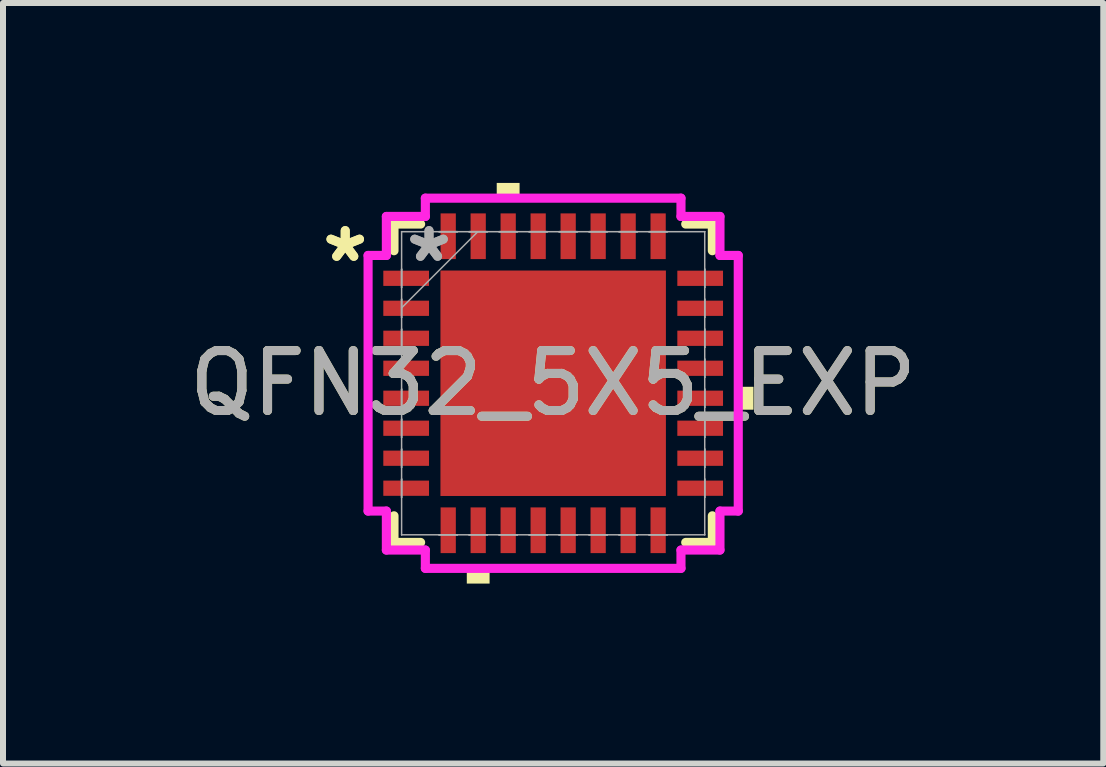
<source format=kicad_pcb>
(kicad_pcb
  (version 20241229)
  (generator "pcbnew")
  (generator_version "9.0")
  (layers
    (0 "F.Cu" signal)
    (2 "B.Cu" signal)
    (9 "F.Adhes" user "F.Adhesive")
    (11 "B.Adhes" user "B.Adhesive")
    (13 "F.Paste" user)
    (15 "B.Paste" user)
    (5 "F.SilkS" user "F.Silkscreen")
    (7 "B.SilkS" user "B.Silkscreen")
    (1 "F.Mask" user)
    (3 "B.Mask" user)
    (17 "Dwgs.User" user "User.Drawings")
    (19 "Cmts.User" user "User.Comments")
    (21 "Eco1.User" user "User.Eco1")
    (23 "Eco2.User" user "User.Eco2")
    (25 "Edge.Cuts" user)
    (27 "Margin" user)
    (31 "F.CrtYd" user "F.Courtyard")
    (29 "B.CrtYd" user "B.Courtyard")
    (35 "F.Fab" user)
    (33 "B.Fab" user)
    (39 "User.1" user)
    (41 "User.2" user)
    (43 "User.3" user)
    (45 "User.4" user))
  (footprint "QFN32_5X5_EXP"
    (layer "F.Cu")
    (at 6.173 3.34)
    (property "Reference" "QFN32_5X5_EXP" (at 0 0 0) (unlocked yes) (layer "F.SilkS") (effects (font (size 1 1) (thickness 0.15))))
    (attr smd)
    (fp_line (start -2.654 -2.654) (end -2.654 -2.21) (stroke (width 0.152) (type solid)) (layer "F.SilkS"))
    (fp_line (start -2.654 2.21) (end -2.654 2.654) (stroke (width 0.152) (type solid)) (layer "F.SilkS"))
    (fp_line (start -2.654 2.654) (end -2.21 2.654) (stroke (width 0.152) (type solid)) (layer "F.SilkS"))
    (fp_line (start -2.21 -2.654) (end -2.654 -2.654) (stroke (width 0.152) (type solid)) (layer "F.SilkS"))
    (fp_line (start 2.21 2.654) (end 2.654 2.654) (stroke (width 0.152) (type solid)) (layer "F.SilkS"))
    (fp_line (start 2.654 -2.654) (end 2.21 -2.654) (stroke (width 0.152) (type solid)) (layer "F.SilkS"))
    (fp_line (start 2.654 -2.21) (end 2.654 -2.654) (stroke (width 0.152) (type solid)) (layer "F.SilkS"))
    (fp_line (start 2.654 2.654) (end 2.654 2.21) (stroke (width 0.152) (type solid)) (layer "F.SilkS"))
    (fp_poly (pts (xy -1.44 3.086) (xy -1.44 3.34) (xy -1.06 3.34) (xy -1.06 3.086)) (stroke (width 0) (type solid)) (fill yes) (layer "F.SilkS"))
    (fp_poly (pts (xy -0.941 -3.086) (xy -0.941 -3.34) (xy -0.56 -3.34) (xy -0.56 -3.086)) (stroke (width 0) (type solid)) (fill yes) (layer "F.SilkS"))
    (fp_poly (pts (xy 3.34 0.059) (xy 3.34 0.441) (xy 3.086 0.441) (xy 3.086 0.059)) (stroke (width 0) (type solid)) (fill yes) (layer "F.SilkS"))
    (fp_poly (pts (xy -1.78 -1.78) (xy -1.78 -0.1) (xy -0.1 -0.1) (xy -0.1 -1.78)) (stroke (width 0) (type solid)) (fill yes) (layer "F.Paste"))
    (fp_poly (pts (xy -1.78 0.1) (xy -1.78 1.78) (xy -0.1 1.78) (xy -0.1 0.1)) (stroke (width 0) (type solid)) (fill yes) (layer "F.Paste"))
    (fp_poly (pts (xy 0.1 -1.78) (xy 0.1 -0.1) (xy 1.78 -0.1) (xy 1.78 -1.78)) (stroke (width 0) (type solid)) (fill yes) (layer "F.Paste"))
    (fp_poly (pts (xy 0.1 0.1) (xy 0.1 1.78) (xy 1.78 1.78) (xy 1.78 0.1)) (stroke (width 0) (type solid)) (fill yes) (layer "F.Paste"))
    (fp_line (start -3.086 -2.131) (end -2.781 -2.131) (stroke (width 0.152) (type solid)) (layer "F.CrtYd"))
    (fp_line (start -3.086 2.131) (end -3.086 -2.131) (stroke (width 0.152) (type solid)) (layer "F.CrtYd"))
    (fp_line (start -2.781 -2.781) (end -2.131 -2.781) (stroke (width 0.152) (type solid)) (layer "F.CrtYd"))
    (fp_line (start -2.781 -2.131) (end -2.781 -2.781) (stroke (width 0.152) (type solid)) (layer "F.CrtYd"))
    (fp_line (start -2.781 2.131) (end -3.086 2.131) (stroke (width 0.152) (type solid)) (layer "F.CrtYd"))
    (fp_line (start -2.781 2.781) (end -2.781 2.131) (stroke (width 0.152) (type solid)) (layer "F.CrtYd"))
    (fp_line (start -2.131 -3.086) (end 2.131 -3.086) (stroke (width 0.152) (type solid)) (layer "F.CrtYd"))
    (fp_line (start -2.131 -2.781) (end -2.131 -3.086) (stroke (width 0.152) (type solid)) (layer "F.CrtYd"))
    (fp_line (start -2.131 2.781) (end -2.781 2.781) (stroke (width 0.152) (type solid)) (layer "F.CrtYd"))
    (fp_line (start -2.131 3.086) (end -2.131 2.781) (stroke (width 0.152) (type solid)) (layer "F.CrtYd"))
    (fp_line (start 2.131 -3.086) (end 2.131 -2.781) (stroke (width 0.152) (type solid)) (layer "F.CrtYd"))
    (fp_line (start 2.131 -2.781) (end 2.781 -2.781) (stroke (width 0.152) (type solid)) (layer "F.CrtYd"))
    (fp_line (start 2.131 2.781) (end 2.131 3.086) (stroke (width 0.152) (type solid)) (layer "F.CrtYd"))
    (fp_line (start 2.131 3.086) (end -2.131 3.086) (stroke (width 0.152) (type solid)) (layer "F.CrtYd"))
    (fp_line (start 2.781 -2.781) (end 2.781 -2.131) (stroke (width 0.152) (type solid)) (layer "F.CrtYd"))
    (fp_line (start 2.781 -2.131) (end 3.086 -2.131) (stroke (width 0.152) (type solid)) (layer "F.CrtYd"))
    (fp_line (start 2.781 2.131) (end 2.781 2.781) (stroke (width 0.152) (type solid)) (layer "F.CrtYd"))
    (fp_line (start 2.781 2.781) (end 2.131 2.781) (stroke (width 0.152) (type solid)) (layer "F.CrtYd"))
    (fp_line (start 3.086 -2.131) (end 3.086 2.131) (stroke (width 0.152) (type solid)) (layer "F.CrtYd"))
    (fp_line (start 3.086 2.131) (end 2.781 2.131) (stroke (width 0.152) (type solid)) (layer "F.CrtYd"))
    (fp_line (start -2.527 -2.527) (end -2.527 -2.527) (stroke (width 0.025) (type solid)) (layer "F.Fab"))
    (fp_line (start -2.527 -2.527) (end -2.527 2.527) (stroke (width 0.025) (type solid)) (layer "F.Fab"))
    (fp_line (start -2.527 -1.902) (end -2.527 -1.902) (stroke (width 0.025) (type solid)) (layer "F.Fab"))
    (fp_line (start -2.527 -1.902) (end -2.527 -1.598) (stroke (width 0.025) (type solid)) (layer "F.Fab"))
    (fp_line (start -2.527 -1.598) (end -2.527 -1.902) (stroke (width 0.025) (type solid)) (layer "F.Fab"))
    (fp_line (start -2.527 -1.598) (end -2.527 -1.598) (stroke (width 0.025) (type solid)) (layer "F.Fab"))
    (fp_line (start -2.527 -1.402) (end -2.527 -1.402) (stroke (width 0.025) (type solid)) (layer "F.Fab"))
    (fp_line (start -2.527 -1.402) (end -2.527 -1.098) (stroke (width 0.025) (type solid)) (layer "F.Fab"))
    (fp_line (start -2.527 -1.257) (end -1.257 -2.527) (stroke (width 0.025) (type solid)) (layer "F.Fab"))
    (fp_line (start -2.527 -1.098) (end -2.527 -1.402) (stroke (width 0.025) (type solid)) (layer "F.Fab"))
    (fp_line (start -2.527 -1.098) (end -2.527 -1.098) (stroke (width 0.025) (type solid)) (layer "F.Fab"))
    (fp_line (start -2.527 -0.902) (end -2.527 -0.902) (stroke (width 0.025) (type solid)) (layer "F.Fab"))
    (fp_line (start -2.527 -0.902) (end -2.527 -0.598) (stroke (width 0.025) (type solid)) (layer "F.Fab"))
    (fp_line (start -2.527 -0.598) (end -2.527 -0.902) (stroke (width 0.025) (type solid)) (layer "F.Fab"))
    (fp_line (start -2.527 -0.598) (end -2.527 -0.598) (stroke (width 0.025) (type solid)) (layer "F.Fab"))
    (fp_line (start -2.527 -0.402) (end -2.527 -0.402) (stroke (width 0.025) (type solid)) (layer "F.Fab"))
    (fp_line (start -2.527 -0.402) (end -2.527 -0.098) (stroke (width 0.025) (type solid)) (layer "F.Fab"))
    (fp_line (start -2.527 -0.098) (end -2.527 -0.402) (stroke (width 0.025) (type solid)) (layer "F.Fab"))
    (fp_line (start -2.527 -0.098) (end -2.527 -0.098) (stroke (width 0.025) (type solid)) (layer "F.Fab"))
    (fp_line (start -2.527 0.098) (end -2.527 0.098) (stroke (width 0.025) (type solid)) (layer "F.Fab"))
    (fp_line (start -2.527 0.098) (end -2.527 0.402) (stroke (width 0.025) (type solid)) (layer "F.Fab"))
    (fp_line (start -2.527 0.402) (end -2.527 0.098) (stroke (width 0.025) (type solid)) (layer "F.Fab"))
    (fp_line (start -2.527 0.402) (end -2.527 0.402) (stroke (width 0.025) (type solid)) (layer "F.Fab"))
    (fp_line (start -2.527 0.598) (end -2.527 0.598) (stroke (width 0.025) (type solid)) (layer "F.Fab"))
    (fp_line (start -2.527 0.598) (end -2.527 0.902) (stroke (width 0.025) (type solid)) (layer "F.Fab"))
    (fp_line (start -2.527 0.902) (end -2.527 0.598) (stroke (width 0.025) (type solid)) (layer "F.Fab"))
    (fp_line (start -2.527 0.902) (end -2.527 0.902) (stroke (width 0.025) (type solid)) (layer "F.Fab"))
    (fp_line (start -2.527 1.098) (end -2.527 1.098) (stroke (width 0.025) (type solid)) (layer "F.Fab"))
    (fp_line (start -2.527 1.098) (end -2.527 1.402) (stroke (width 0.025) (type solid)) (layer "F.Fab"))
    (fp_line (start -2.527 1.402) (end -2.527 1.098) (stroke (width 0.025) (type solid)) (layer "F.Fab"))
    (fp_line (start -2.527 1.402) (end -2.527 1.402) (stroke (width 0.025) (type solid)) (layer "F.Fab"))
    (fp_line (start -2.527 1.598) (end -2.527 1.598) (stroke (width 0.025) (type solid)) (layer "F.Fab"))
    (fp_line (start -2.527 1.598) (end -2.527 1.902) (stroke (width 0.025) (type solid)) (layer "F.Fab"))
    (fp_line (start -2.527 1.902) (end -2.527 1.598) (stroke (width 0.025) (type solid)) (layer "F.Fab"))
    (fp_line (start -2.527 1.902) (end -2.527 1.902) (stroke (width 0.025) (type solid)) (layer "F.Fab"))
    (fp_line (start -2.527 2.527) (end -2.527 2.527) (stroke (width 0.025) (type solid)) (layer "F.Fab"))
    (fp_line (start -2.527 2.527) (end 2.527 2.527) (stroke (width 0.025) (type solid)) (layer "F.Fab"))
    (fp_line (start -1.902 -2.527) (end -1.902 -2.527) (stroke (width 0.025) (type solid)) (layer "F.Fab"))
    (fp_line (start -1.902 -2.527) (end -1.598 -2.527) (stroke (width 0.025) (type solid)) (layer "F.Fab"))
    (fp_line (start -1.902 2.527) (end -1.902 2.527) (stroke (width 0.025) (type solid)) (layer "F.Fab"))
    (fp_line (start -1.902 2.527) (end -1.598 2.527) (stroke (width 0.025) (type solid)) (layer "F.Fab"))
    (fp_line (start -1.598 -2.527) (end -1.902 -2.527) (stroke (width 0.025) (type solid)) (layer "F.Fab"))
    (fp_line (start -1.598 -2.527) (end -1.598 -2.527) (stroke (width 0.025) (type solid)) (layer "F.Fab"))
    (fp_line (start -1.598 2.527) (end -1.902 2.527) (stroke (width 0.025) (type solid)) (layer "F.Fab"))
    (fp_line (start -1.598 2.527) (end -1.598 2.527) (stroke (width 0.025) (type solid)) (layer "F.Fab"))
    (fp_line (start -1.402 -2.527) (end -1.402 -2.527) (stroke (width 0.025) (type solid)) (layer "F.Fab"))
    (fp_line (start -1.402 -2.527) (end -1.098 -2.527) (stroke (width 0.025) (type solid)) (layer "F.Fab"))
    (fp_line (start -1.402 2.527) (end -1.402 2.527) (stroke (width 0.025) (type solid)) (layer "F.Fab"))
    (fp_line (start -1.402 2.527) (end -1.098 2.527) (stroke (width 0.025) (type solid)) (layer "F.Fab"))
    (fp_line (start -1.098 -2.527) (end -1.402 -2.527) (stroke (width 0.025) (type solid)) (layer "F.Fab"))
    (fp_line (start -1.098 -2.527) (end -1.098 -2.527) (stroke (width 0.025) (type solid)) (layer "F.Fab"))
    (fp_line (start -1.098 2.527) (end -1.402 2.527) (stroke (width 0.025) (type solid)) (layer "F.Fab"))
    (fp_line (start -1.098 2.527) (end -1.098 2.527) (stroke (width 0.025) (type solid)) (layer "F.Fab"))
    (fp_line (start -0.902 -2.527) (end -0.902 -2.527) (stroke (width 0.025) (type solid)) (layer "F.Fab"))
    (fp_line (start -0.902 -2.527) (end -0.598 -2.527) (stroke (width 0.025) (type solid)) (layer "F.Fab"))
    (fp_line (start -0.902 2.527) (end -0.902 2.527) (stroke (width 0.025) (type solid)) (layer "F.Fab"))
    (fp_line (start -0.902 2.527) (end -0.598 2.527) (stroke (width 0.025) (type solid)) (layer "F.Fab"))
    (fp_line (start -0.598 -2.527) (end -0.902 -2.527) (stroke (width 0.025) (type solid)) (layer "F.Fab"))
    (fp_line (start -0.598 -2.527) (end -0.598 -2.527) (stroke (width 0.025) (type solid)) (layer "F.Fab"))
    (fp_line (start -0.598 2.527) (end -0.902 2.527) (stroke (width 0.025) (type solid)) (layer "F.Fab"))
    (fp_line (start -0.598 2.527) (end -0.598 2.527) (stroke (width 0.025) (type solid)) (layer "F.Fab"))
    (fp_line (start -0.402 -2.527) (end -0.402 -2.527) (stroke (width 0.025) (type solid)) (layer "F.Fab"))
    (fp_line (start -0.402 -2.527) (end -0.098 -2.527) (stroke (width 0.025) (type solid)) (layer "F.Fab"))
    (fp_line (start -0.402 2.527) (end -0.402 2.527) (stroke (width 0.025) (type solid)) (layer "F.Fab"))
    (fp_line (start -0.402 2.527) (end -0.098 2.527) (stroke (width 0.025) (type solid)) (layer "F.Fab"))
    (fp_line (start -0.098 -2.527) (end -0.402 -2.527) (stroke (width 0.025) (type solid)) (layer "F.Fab"))
    (fp_line (start -0.098 -2.527) (end -0.098 -2.527) (stroke (width 0.025) (type solid)) (layer "F.Fab"))
    (fp_line (start -0.098 2.527) (end -0.402 2.527) (stroke (width 0.025) (type solid)) (layer "F.Fab"))
    (fp_line (start -0.098 2.527) (end -0.098 2.527) (stroke (width 0.025) (type solid)) (layer "F.Fab"))
    (fp_line (start 0.098 -2.527) (end 0.098 -2.527) (stroke (width 0.025) (type solid)) (layer "F.Fab"))
    (fp_line (start 0.098 -2.527) (end 0.402 -2.527) (stroke (width 0.025) (type solid)) (layer "F.Fab"))
    (fp_line (start 0.098 2.527) (end 0.098 2.527) (stroke (width 0.025) (type solid)) (layer "F.Fab"))
    (fp_line (start 0.098 2.527) (end 0.402 2.527) (stroke (width 0.025) (type solid)) (layer "F.Fab"))
    (fp_line (start 0.402 -2.527) (end 0.098 -2.527) (stroke (width 0.025) (type solid)) (layer "F.Fab"))
    (fp_line (start 0.402 -2.527) (end 0.402 -2.527) (stroke (width 0.025) (type solid)) (layer "F.Fab"))
    (fp_line (start 0.402 2.527) (end 0.098 2.527) (stroke (width 0.025) (type solid)) (layer "F.Fab"))
    (fp_line (start 0.402 2.527) (end 0.402 2.527) (stroke (width 0.025) (type solid)) (layer "F.Fab"))
    (fp_line (start 0.598 -2.527) (end 0.598 -2.527) (stroke (width 0.025) (type solid)) (layer "F.Fab"))
    (fp_line (start 0.598 -2.527) (end 0.902 -2.527) (stroke (width 0.025) (type solid)) (layer "F.Fab"))
    (fp_line (start 0.598 2.527) (end 0.598 2.527) (stroke (width 0.025) (type solid)) (layer "F.Fab"))
    (fp_line (start 0.598 2.527) (end 0.902 2.527) (stroke (width 0.025) (type solid)) (layer "F.Fab"))
    (fp_line (start 0.902 -2.527) (end 0.598 -2.527) (stroke (width 0.025) (type solid)) (layer "F.Fab"))
    (fp_line (start 0.902 -2.527) (end 0.902 -2.527) (stroke (width 0.025) (type solid)) (layer "F.Fab"))
    (fp_line (start 0.902 2.527) (end 0.598 2.527) (stroke (width 0.025) (type solid)) (layer "F.Fab"))
    (fp_line (start 0.902 2.527) (end 0.902 2.527) (stroke (width 0.025) (type solid)) (layer "F.Fab"))
    (fp_line (start 1.098 -2.527) (end 1.098 -2.527) (stroke (width 0.025) (type solid)) (layer "F.Fab"))
    (fp_line (start 1.098 -2.527) (end 1.402 -2.527) (stroke (width 0.025) (type solid)) (layer "F.Fab"))
    (fp_line (start 1.098 2.527) (end 1.098 2.527) (stroke (width 0.025) (type solid)) (layer "F.Fab"))
    (fp_line (start 1.098 2.527) (end 1.402 2.527) (stroke (width 0.025) (type solid)) (layer "F.Fab"))
    (fp_line (start 1.402 -2.527) (end 1.098 -2.527) (stroke (width 0.025) (type solid)) (layer "F.Fab"))
    (fp_line (start 1.402 -2.527) (end 1.402 -2.527) (stroke (width 0.025) (type solid)) (layer "F.Fab"))
    (fp_line (start 1.402 2.527) (end 1.098 2.527) (stroke (width 0.025) (type solid)) (layer "F.Fab"))
    (fp_line (start 1.402 2.527) (end 1.402 2.527) (stroke (width 0.025) (type solid)) (layer "F.Fab"))
    (fp_line (start 1.598 -2.527) (end 1.598 -2.527) (stroke (width 0.025) (type solid)) (layer "F.Fab"))
    (fp_line (start 1.598 -2.527) (end 1.902 -2.527) (stroke (width 0.025) (type solid)) (layer "F.Fab"))
    (fp_line (start 1.598 2.527) (end 1.598 2.527) (stroke (width 0.025) (type solid)) (layer "F.Fab"))
    (fp_line (start 1.598 2.527) (end 1.902 2.527) (stroke (width 0.025) (type solid)) (layer "F.Fab"))
    (fp_line (start 1.902 -2.527) (end 1.598 -2.527) (stroke (width 0.025) (type solid)) (layer "F.Fab"))
    (fp_line (start 1.902 -2.527) (end 1.902 -2.527) (stroke (width 0.025) (type solid)) (layer "F.Fab"))
    (fp_line (start 1.902 2.527) (end 1.598 2.527) (stroke (width 0.025) (type solid)) (layer "F.Fab"))
    (fp_line (start 1.902 2.527) (end 1.902 2.527) (stroke (width 0.025) (type solid)) (layer "F.Fab"))
    (fp_line (start 2.527 -2.527) (end -2.527 -2.527) (stroke (width 0.025) (type solid)) (layer "F.Fab"))
    (fp_line (start 2.527 -2.527) (end 2.527 -2.527) (stroke (width 0.025) (type solid)) (layer "F.Fab"))
    (fp_line (start 2.527 -1.902) (end 2.527 -1.902) (stroke (width 0.025) (type solid)) (layer "F.Fab"))
    (fp_line (start 2.527 -1.902) (end 2.527 -1.598) (stroke (width 0.025) (type solid)) (layer "F.Fab"))
    (fp_line (start 2.527 -1.598) (end 2.527 -1.902) (stroke (width 0.025) (type solid)) (layer "F.Fab"))
    (fp_line (start 2.527 -1.598) (end 2.527 -1.598) (stroke (width 0.025) (type solid)) (layer "F.Fab"))
    (fp_line (start 2.527 -1.402) (end 2.527 -1.402) (stroke (width 0.025) (type solid)) (layer "F.Fab"))
    (fp_line (start 2.527 -1.402) (end 2.527 -1.098) (stroke (width 0.025) (type solid)) (layer "F.Fab"))
    (fp_line (start 2.527 -1.098) (end 2.527 -1.402) (stroke (width 0.025) (type solid)) (layer "F.Fab"))
    (fp_line (start 2.527 -1.098) (end 2.527 -1.098) (stroke (width 0.025) (type solid)) (layer "F.Fab"))
    (fp_line (start 2.527 -0.902) (end 2.527 -0.902) (stroke (width 0.025) (type solid)) (layer "F.Fab"))
    (fp_line (start 2.527 -0.902) (end 2.527 -0.598) (stroke (width 0.025) (type solid)) (layer "F.Fab"))
    (fp_line (start 2.527 -0.598) (end 2.527 -0.902) (stroke (width 0.025) (type solid)) (layer "F.Fab"))
    (fp_line (start 2.527 -0.598) (end 2.527 -0.598) (stroke (width 0.025) (type solid)) (layer "F.Fab"))
    (fp_line (start 2.527 -0.402) (end 2.527 -0.402) (stroke (width 0.025) (type solid)) (layer "F.Fab"))
    (fp_line (start 2.527 -0.402) (end 2.527 -0.098) (stroke (width 0.025) (type solid)) (layer "F.Fab"))
    (fp_line (start 2.527 -0.098) (end 2.527 -0.402) (stroke (width 0.025) (type solid)) (layer "F.Fab"))
    (fp_line (start 2.527 -0.098) (end 2.527 -0.098) (stroke (width 0.025) (type solid)) (layer "F.Fab"))
    (fp_line (start 2.527 0.098) (end 2.527 0.098) (stroke (width 0.025) (type solid)) (layer "F.Fab"))
    (fp_line (start 2.527 0.098) (end 2.527 0.402) (stroke (width 0.025) (type solid)) (layer "F.Fab"))
    (fp_line (start 2.527 0.402) (end 2.527 0.098) (stroke (width 0.025) (type solid)) (layer "F.Fab"))
    (fp_line (start 2.527 0.402) (end 2.527 0.402) (stroke (width 0.025) (type solid)) (layer "F.Fab"))
    (fp_line (start 2.527 0.598) (end 2.527 0.598) (stroke (width 0.025) (type solid)) (layer "F.Fab"))
    (fp_line (start 2.527 0.598) (end 2.527 0.902) (stroke (width 0.025) (type solid)) (layer "F.Fab"))
    (fp_line (start 2.527 0.902) (end 2.527 0.598) (stroke (width 0.025) (type solid)) (layer "F.Fab"))
    (fp_line (start 2.527 0.902) (end 2.527 0.902) (stroke (width 0.025) (type solid)) (layer "F.Fab"))
    (fp_line (start 2.527 1.098) (end 2.527 1.098) (stroke (width 0.025) (type solid)) (layer "F.Fab"))
    (fp_line (start 2.527 1.098) (end 2.527 1.402) (stroke (width 0.025) (type solid)) (layer "F.Fab"))
    (fp_line (start 2.527 1.402) (end 2.527 1.098) (stroke (width 0.025) (type solid)) (layer "F.Fab"))
    (fp_line (start 2.527 1.402) (end 2.527 1.402) (stroke (width 0.025) (type solid)) (layer "F.Fab"))
    (fp_line (start 2.527 1.598) (end 2.527 1.598) (stroke (width 0.025) (type solid)) (layer "F.Fab"))
    (fp_line (start 2.527 1.598) (end 2.527 1.902) (stroke (width 0.025) (type solid)) (layer "F.Fab"))
    (fp_line (start 2.527 1.902) (end 2.527 1.598) (stroke (width 0.025) (type solid)) (layer "F.Fab"))
    (fp_line (start 2.527 1.902) (end 2.527 1.902) (stroke (width 0.025) (type solid)) (layer "F.Fab"))
    (fp_line (start 2.527 2.527) (end 2.527 -2.527) (stroke (width 0.025) (type solid)) (layer "F.Fab"))
    (fp_line (start 2.527 2.527) (end 2.527 2.527) (stroke (width 0.025) (type solid)) (layer "F.Fab"))
    (fp_text user "*" (at -3.467 -2 0) (layer "F.SilkS") (effects (font (size 1 1) (thickness 0.15))))
    (fp_text user "*" (at -3.467 -2 0) (unlocked yes) (layer "F.SilkS") (effects (font (size 1 1) (thickness 0.15))))
    (fp_text user "*" (at -2.07 -2 0) (unlocked yes) (layer "F.Fab") (effects (font (size 1 1) (thickness 0.15))))
    (fp_text user "*" (at -2.07 -2 0) (layer "F.Fab") (effects (font (size 1 1) (thickness 0.15))))
    (fp_text user "${REFERENCE}" (at 0 0 0) (unlocked yes) (layer "F.Fab") (effects (font (size 1 1) (thickness 0.15))))
    (pad "1" smd rect (at -2.451 -1.75 90) (size 0.254 0.762) (layers "F.Cu" "F.Mask" "F.Paste"))
    (pad "2" smd rect (at -2.451 -1.25 90) (size 0.254 0.762) (layers "F.Cu" "F.Mask" "F.Paste"))
    (pad "3" smd rect (at -2.451 -0.75 90) (size 0.254 0.762) (layers "F.Cu" "F.Mask" "F.Paste"))
    (pad "4" smd rect (at -2.451 -0.25 90) (size 0.254 0.762) (layers "F.Cu" "F.Mask" "F.Paste"))
    (pad "5" smd rect (at -2.451 0.25 90) (size 0.254 0.762) (layers "F.Cu" "F.Mask" "F.Paste"))
    (pad "6" smd rect (at -2.451 0.75 90) (size 0.254 0.762) (layers "F.Cu" "F.Mask" "F.Paste"))
    (pad "7" smd rect (at -2.451 1.25 90) (size 0.254 0.762) (layers "F.Cu" "F.Mask" "F.Paste"))
    (pad "8" smd rect (at -2.451 1.75 90) (size 0.254 0.762) (layers "F.Cu" "F.Mask" "F.Paste"))
    (pad "9" smd rect (at -1.75 2.451) (size 0.254 0.762) (layers "F.Cu" "F.Mask" "F.Paste"))
    (pad "10" smd rect (at -1.25 2.451) (size 0.254 0.762) (layers "F.Cu" "F.Mask" "F.Paste"))
    (pad "11" smd rect (at -0.75 2.451) (size 0.254 0.762) (layers "F.Cu" "F.Mask" "F.Paste"))
    (pad "12" smd rect (at -0.25 2.451) (size 0.254 0.762) (layers "F.Cu" "F.Mask" "F.Paste"))
    (pad "13" smd rect (at 0.25 2.451) (size 0.254 0.762) (layers "F.Cu" "F.Mask" "F.Paste"))
    (pad "14" smd rect (at 0.75 2.451) (size 0.254 0.762) (layers "F.Cu" "F.Mask" "F.Paste"))
    (pad "15" smd rect (at 1.25 2.451) (size 0.254 0.762) (layers "F.Cu" "F.Mask" "F.Paste"))
    (pad "16" smd rect (at 1.75 2.451) (size 0.254 0.762) (layers "F.Cu" "F.Mask" "F.Paste"))
    (pad "17" smd rect (at 2.451 1.75 90) (size 0.254 0.762) (layers "F.Cu" "F.Mask" "F.Paste"))
    (pad "18" smd rect (at 2.451 1.25 90) (size 0.254 0.762) (layers "F.Cu" "F.Mask" "F.Paste"))
    (pad "19" smd rect (at 2.451 0.75 90) (size 0.254 0.762) (layers "F.Cu" "F.Mask" "F.Paste"))
    (pad "20" smd rect (at 2.451 0.25 90) (size 0.254 0.762) (layers "F.Cu" "F.Mask" "F.Paste"))
    (pad "21" smd rect (at 2.451 -0.25 90) (size 0.254 0.762) (layers "F.Cu" "F.Mask" "F.Paste"))
    (pad "22" smd rect (at 2.451 -0.75 90) (size 0.254 0.762) (layers "F.Cu" "F.Mask" "F.Paste"))
    (pad "23" smd rect (at 2.451 -1.25 90) (size 0.254 0.762) (layers "F.Cu" "F.Mask" "F.Paste"))
    (pad "24" smd rect (at 2.451 -1.75 90) (size 0.254 0.762) (layers "F.Cu" "F.Mask" "F.Paste"))
    (pad "25" smd rect (at 1.75 -2.451) (size 0.254 0.762) (layers "F.Cu" "F.Mask" "F.Paste"))
    (pad "26" smd rect (at 1.25 -2.451) (size 0.254 0.762) (layers "F.Cu" "F.Mask" "F.Paste"))
    (pad "27" smd rect (at 0.75 -2.451) (size 0.254 0.762) (layers "F.Cu" "F.Mask" "F.Paste"))
    (pad "28" smd rect (at 0.25 -2.451) (size 0.254 0.762) (layers "F.Cu" "F.Mask" "F.Paste"))
    (pad "29" smd rect (at -0.25 -2.451) (size 0.254 0.762) (layers "F.Cu" "F.Mask" "F.Paste"))
    (pad "30" smd rect (at -0.75 -2.451) (size 0.254 0.762) (layers "F.Cu" "F.Mask" "F.Paste"))
    (pad "31" smd rect (at -1.25 -2.451) (size 0.254 0.762) (layers "F.Cu" "F.Mask" "F.Paste"))
    (pad "32" smd rect (at -1.75 -2.451) (size 0.254 0.762) (layers "F.Cu" "F.Mask" "F.Paste"))
    (pad "33" smd rect (at 0 0) (size 3.759 3.759) (layers "F.Cu" "F.Mask")))
  (gr_rect
    (start -3 -3)
    (end 15.345 9.68)
    (stroke (width 0.1) (type default))
    (fill no)
    (layer "Edge.Cuts")))
</source>
